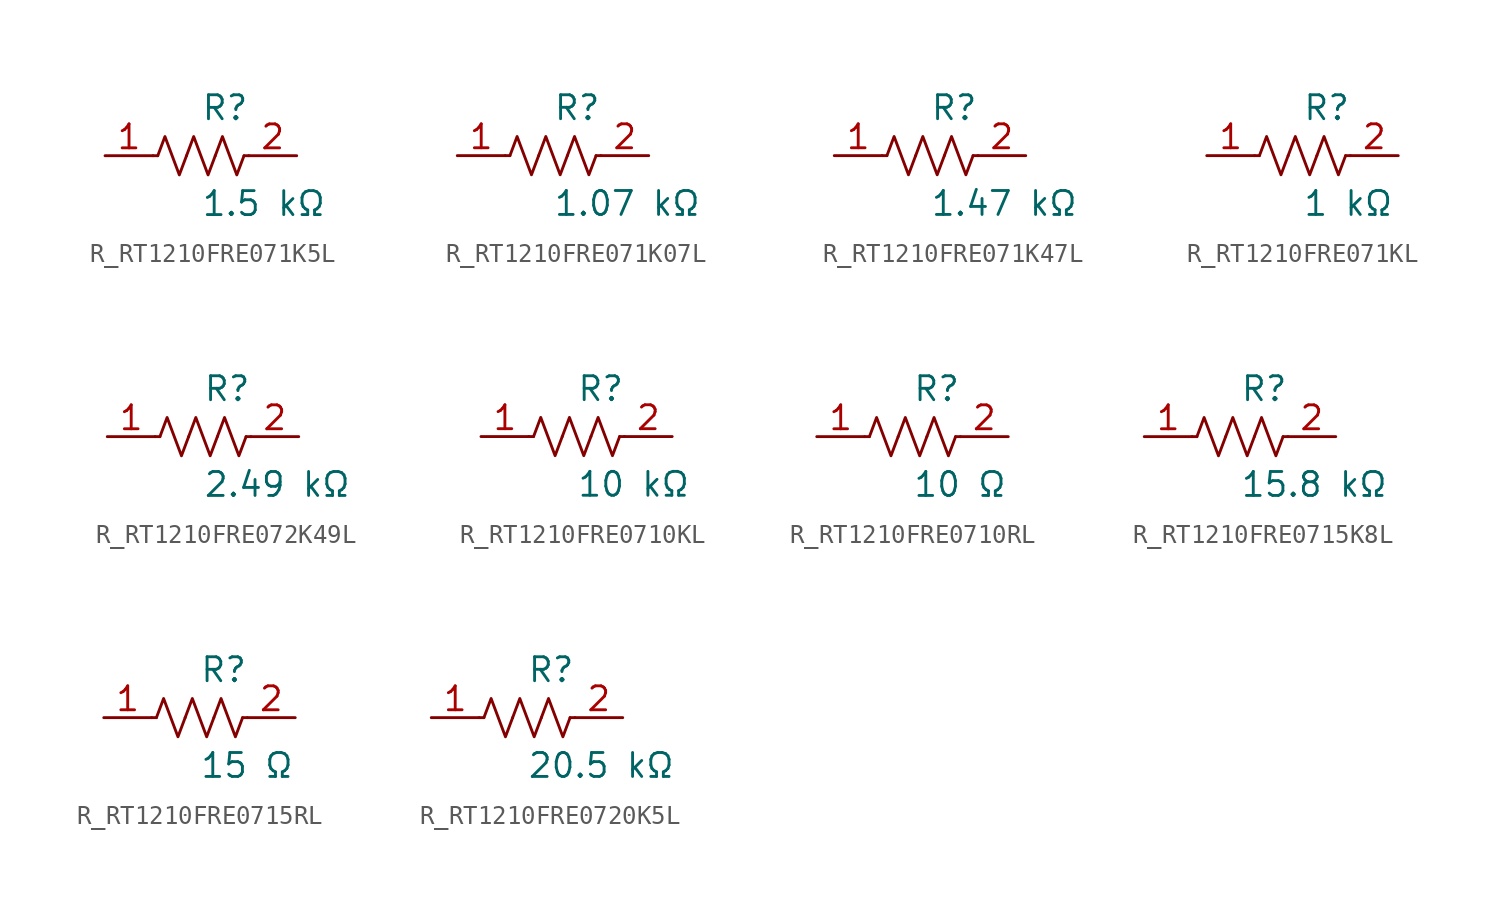
<source format=kicad_sym>
(kicad_symbol_lib
  (version 20231120)
  (generator kicad_symbol_editor)
  (generator_version 8.0)
  (symbol "R_RT1210FRE071K5L"
    (pin_names
      (offset 0.254))
    (property "Reference" "R"
      (at 0 2.54 0)
      (effects (font (size 1.27 1.27)) (justify left)))
    (property "Value" "1.5 kΩ"
      (at 0 -2.54 0)
      (effects (font (size 1.27 1.27)) (justify left)))
    (symbol "R_RT1210FRE071K5L_0_1"
      (polyline (pts (xy 2.286 0) (xy 2.54 0)) (stroke (width 0) (type default)) (fill (type none)))
      (polyline (pts (xy -2.286 0) (xy -2.54 0)) (stroke (width 0) (type default)) (fill (type none)))
      (polyline (pts (xy 0.762 0) (xy 1.143 1.016) (xy 1.524 0) (xy 1.905 -1.016) (xy 2.286 0)) (stroke (width 0) (type default)) (fill (type none)))
      (polyline (pts (xy -0.762 0) (xy -0.381 1.016) (xy 0 0) (xy 0.381 -1.016) (xy 0.762 0)) (stroke (width 0) (type default)) (fill (type none)))
      (polyline (pts (xy -2.286 0) (xy -1.905 1.016) (xy -1.524 0) (xy -1.143 -1.016) (xy -0.762 0)) (stroke (width 0) (type default)) (fill (type none))))
    (pin unspecified line
      (at -5.08 0 0)
      (length 2.54)
      (name "" (effects (font (size 1.27 1.27))))
      (number "1" (effects (font (size 1.27 1.27)))))
    (pin unspecified line
      (at 5.08 0 180)
      (length 2.54)
      (name "" (effects (font (size 1.27 1.27))))
      (number "2" (effects (font (size 1.27 1.27))))))
  (symbol "R_RT1210FRE071K07L"
    (pin_names
      (offset 0.254))
    (property "Reference" "R"
      (at 0 2.54 0)
      (effects (font (size 1.27 1.27)) (justify left)))
    (property "Value" "1.07 kΩ"
      (at 0 -2.54 0)
      (effects (font (size 1.27 1.27)) (justify left)))
    (symbol "R_RT1210FRE071K07L_0_1"
      (polyline (pts (xy 2.286 0) (xy 2.54 0)) (stroke (width 0) (type default)) (fill (type none)))
      (polyline (pts (xy -2.286 0) (xy -2.54 0)) (stroke (width 0) (type default)) (fill (type none)))
      (polyline (pts (xy 0.762 0) (xy 1.143 1.016) (xy 1.524 0) (xy 1.905 -1.016) (xy 2.286 0)) (stroke (width 0) (type default)) (fill (type none)))
      (polyline (pts (xy -0.762 0) (xy -0.381 1.016) (xy 0 0) (xy 0.381 -1.016) (xy 0.762 0)) (stroke (width 0) (type default)) (fill (type none)))
      (polyline (pts (xy -2.286 0) (xy -1.905 1.016) (xy -1.524 0) (xy -1.143 -1.016) (xy -0.762 0)) (stroke (width 0) (type default)) (fill (type none))))
    (pin unspecified line
      (at -5.08 0 0)
      (length 2.54)
      (name "" (effects (font (size 1.27 1.27))))
      (number "1" (effects (font (size 1.27 1.27)))))
    (pin unspecified line
      (at 5.08 0 180)
      (length 2.54)
      (name "" (effects (font (size 1.27 1.27))))
      (number "2" (effects (font (size 1.27 1.27))))))
  (symbol "R_RT1210FRE071K47L"
    (pin_names
      (offset 0.254))
    (property "Reference" "R"
      (at 0 2.54 0)
      (effects (font (size 1.27 1.27)) (justify left)))
    (property "Value" "1.47 kΩ"
      (at 0 -2.54 0)
      (effects (font (size 1.27 1.27)) (justify left)))
    (symbol "R_RT1210FRE071K47L_0_1"
      (polyline (pts (xy 2.286 0) (xy 2.54 0)) (stroke (width 0) (type default)) (fill (type none)))
      (polyline (pts (xy -2.286 0) (xy -2.54 0)) (stroke (width 0) (type default)) (fill (type none)))
      (polyline (pts (xy 0.762 0) (xy 1.143 1.016) (xy 1.524 0) (xy 1.905 -1.016) (xy 2.286 0)) (stroke (width 0) (type default)) (fill (type none)))
      (polyline (pts (xy -0.762 0) (xy -0.381 1.016) (xy 0 0) (xy 0.381 -1.016) (xy 0.762 0)) (stroke (width 0) (type default)) (fill (type none)))
      (polyline (pts (xy -2.286 0) (xy -1.905 1.016) (xy -1.524 0) (xy -1.143 -1.016) (xy -0.762 0)) (stroke (width 0) (type default)) (fill (type none))))
    (pin unspecified line
      (at -5.08 0 0)
      (length 2.54)
      (name "" (effects (font (size 1.27 1.27))))
      (number "1" (effects (font (size 1.27 1.27)))))
    (pin unspecified line
      (at 5.08 0 180)
      (length 2.54)
      (name "" (effects (font (size 1.27 1.27))))
      (number "2" (effects (font (size 1.27 1.27))))))
  (symbol "R_RT1210FRE071KL"
    (pin_names
      (offset 0.254))
    (property "Reference" "R"
      (at 0 2.54 0)
      (effects (font (size 1.27 1.27)) (justify left)))
    (property "Value" "1 kΩ"
      (at 0 -2.54 0)
      (effects (font (size 1.27 1.27)) (justify left)))
    (symbol "R_RT1210FRE071KL_0_1"
      (polyline (pts (xy 2.286 0) (xy 2.54 0)) (stroke (width 0) (type default)) (fill (type none)))
      (polyline (pts (xy -2.286 0) (xy -2.54 0)) (stroke (width 0) (type default)) (fill (type none)))
      (polyline (pts (xy 0.762 0) (xy 1.143 1.016) (xy 1.524 0) (xy 1.905 -1.016) (xy 2.286 0)) (stroke (width 0) (type default)) (fill (type none)))
      (polyline (pts (xy -0.762 0) (xy -0.381 1.016) (xy 0 0) (xy 0.381 -1.016) (xy 0.762 0)) (stroke (width 0) (type default)) (fill (type none)))
      (polyline (pts (xy -2.286 0) (xy -1.905 1.016) (xy -1.524 0) (xy -1.143 -1.016) (xy -0.762 0)) (stroke (width 0) (type default)) (fill (type none))))
    (pin unspecified line
      (at -5.08 0 0)
      (length 2.54)
      (name "" (effects (font (size 1.27 1.27))))
      (number "1" (effects (font (size 1.27 1.27)))))
    (pin unspecified line
      (at 5.08 0 180)
      (length 2.54)
      (name "" (effects (font (size 1.27 1.27))))
      (number "2" (effects (font (size 1.27 1.27))))))
  (symbol "R_RT1210FRE072K49L"
    (pin_names
      (offset 0.254))
    (property "Reference" "R"
      (at 0 2.54 0)
      (effects (font (size 1.27 1.27)) (justify left)))
    (property "Value" "2.49 kΩ"
      (at 0 -2.54 0)
      (effects (font (size 1.27 1.27)) (justify left)))
    (symbol "R_RT1210FRE072K49L_0_1"
      (polyline (pts (xy 2.286 0) (xy 2.54 0)) (stroke (width 0) (type default)) (fill (type none)))
      (polyline (pts (xy -2.286 0) (xy -2.54 0)) (stroke (width 0) (type default)) (fill (type none)))
      (polyline (pts (xy 0.762 0) (xy 1.143 1.016) (xy 1.524 0) (xy 1.905 -1.016) (xy 2.286 0)) (stroke (width 0) (type default)) (fill (type none)))
      (polyline (pts (xy -0.762 0) (xy -0.381 1.016) (xy 0 0) (xy 0.381 -1.016) (xy 0.762 0)) (stroke (width 0) (type default)) (fill (type none)))
      (polyline (pts (xy -2.286 0) (xy -1.905 1.016) (xy -1.524 0) (xy -1.143 -1.016) (xy -0.762 0)) (stroke (width 0) (type default)) (fill (type none))))
    (pin unspecified line
      (at -5.08 0 0)
      (length 2.54)
      (name "" (effects (font (size 1.27 1.27))))
      (number "1" (effects (font (size 1.27 1.27)))))
    (pin unspecified line
      (at 5.08 0 180)
      (length 2.54)
      (name "" (effects (font (size 1.27 1.27))))
      (number "2" (effects (font (size 1.27 1.27))))))
  (symbol "R_RT1210FRE0710KL"
    (pin_names
      (offset 0.254))
    (property "Reference" "R"
      (at 0 2.54 0)
      (effects (font (size 1.27 1.27)) (justify left)))
    (property "Value" "10 kΩ"
      (at 0 -2.54 0)
      (effects (font (size 1.27 1.27)) (justify left)))
    (symbol "R_RT1210FRE0710KL_0_1"
      (polyline (pts (xy 2.286 0) (xy 2.54 0)) (stroke (width 0) (type default)) (fill (type none)))
      (polyline (pts (xy -2.286 0) (xy -2.54 0)) (stroke (width 0) (type default)) (fill (type none)))
      (polyline (pts (xy 0.762 0) (xy 1.143 1.016) (xy 1.524 0) (xy 1.905 -1.016) (xy 2.286 0)) (stroke (width 0) (type default)) (fill (type none)))
      (polyline (pts (xy -0.762 0) (xy -0.381 1.016) (xy 0 0) (xy 0.381 -1.016) (xy 0.762 0)) (stroke (width 0) (type default)) (fill (type none)))
      (polyline (pts (xy -2.286 0) (xy -1.905 1.016) (xy -1.524 0) (xy -1.143 -1.016) (xy -0.762 0)) (stroke (width 0) (type default)) (fill (type none))))
    (pin unspecified line
      (at -5.08 0 0)
      (length 2.54)
      (name "" (effects (font (size 1.27 1.27))))
      (number "1" (effects (font (size 1.27 1.27)))))
    (pin unspecified line
      (at 5.08 0 180)
      (length 2.54)
      (name "" (effects (font (size 1.27 1.27))))
      (number "2" (effects (font (size 1.27 1.27))))))
  (symbol "R_RT1210FRE0710RL"
    (pin_names
      (offset 0.254))
    (property "Reference" "R"
      (at 0 2.54 0)
      (effects (font (size 1.27 1.27)) (justify left)))
    (property "Value" "10 Ω"
      (at 0 -2.54 0)
      (effects (font (size 1.27 1.27)) (justify left)))
    (symbol "R_RT1210FRE0710RL_0_1"
      (polyline (pts (xy 2.286 0) (xy 2.54 0)) (stroke (width 0) (type default)) (fill (type none)))
      (polyline (pts (xy -2.286 0) (xy -2.54 0)) (stroke (width 0) (type default)) (fill (type none)))
      (polyline (pts (xy 0.762 0) (xy 1.143 1.016) (xy 1.524 0) (xy 1.905 -1.016) (xy 2.286 0)) (stroke (width 0) (type default)) (fill (type none)))
      (polyline (pts (xy -0.762 0) (xy -0.381 1.016) (xy 0 0) (xy 0.381 -1.016) (xy 0.762 0)) (stroke (width 0) (type default)) (fill (type none)))
      (polyline (pts (xy -2.286 0) (xy -1.905 1.016) (xy -1.524 0) (xy -1.143 -1.016) (xy -0.762 0)) (stroke (width 0) (type default)) (fill (type none))))
    (pin unspecified line
      (at -5.08 0 0)
      (length 2.54)
      (name "" (effects (font (size 1.27 1.27))))
      (number "1" (effects (font (size 1.27 1.27)))))
    (pin unspecified line
      (at 5.08 0 180)
      (length 2.54)
      (name "" (effects (font (size 1.27 1.27))))
      (number "2" (effects (font (size 1.27 1.27))))))
  (symbol "R_RT1210FRE0715K8L"
    (pin_names
      (offset 0.254))
    (property "Reference" "R"
      (at 0 2.54 0)
      (effects (font (size 1.27 1.27)) (justify left)))
    (property "Value" "15.8 kΩ"
      (at 0 -2.54 0)
      (effects (font (size 1.27 1.27)) (justify left)))
    (symbol "R_RT1210FRE0715K8L_0_1"
      (polyline (pts (xy 2.286 0) (xy 2.54 0)) (stroke (width 0) (type default)) (fill (type none)))
      (polyline (pts (xy -2.286 0) (xy -2.54 0)) (stroke (width 0) (type default)) (fill (type none)))
      (polyline (pts (xy 0.762 0) (xy 1.143 1.016) (xy 1.524 0) (xy 1.905 -1.016) (xy 2.286 0)) (stroke (width 0) (type default)) (fill (type none)))
      (polyline (pts (xy -0.762 0) (xy -0.381 1.016) (xy 0 0) (xy 0.381 -1.016) (xy 0.762 0)) (stroke (width 0) (type default)) (fill (type none)))
      (polyline (pts (xy -2.286 0) (xy -1.905 1.016) (xy -1.524 0) (xy -1.143 -1.016) (xy -0.762 0)) (stroke (width 0) (type default)) (fill (type none))))
    (pin unspecified line
      (at -5.08 0 0)
      (length 2.54)
      (name "" (effects (font (size 1.27 1.27))))
      (number "1" (effects (font (size 1.27 1.27)))))
    (pin unspecified line
      (at 5.08 0 180)
      (length 2.54)
      (name "" (effects (font (size 1.27 1.27))))
      (number "2" (effects (font (size 1.27 1.27))))))
  (symbol "R_RT1210FRE0715RL"
    (pin_names
      (offset 0.254))
    (property "Reference" "R"
      (at 0 2.54 0)
      (effects (font (size 1.27 1.27)) (justify left)))
    (property "Value" "15 Ω"
      (at 0 -2.54 0)
      (effects (font (size 1.27 1.27)) (justify left)))
    (symbol "R_RT1210FRE0715RL_0_1"
      (polyline (pts (xy 2.286 0) (xy 2.54 0)) (stroke (width 0) (type default)) (fill (type none)))
      (polyline (pts (xy -2.286 0) (xy -2.54 0)) (stroke (width 0) (type default)) (fill (type none)))
      (polyline (pts (xy 0.762 0) (xy 1.143 1.016) (xy 1.524 0) (xy 1.905 -1.016) (xy 2.286 0)) (stroke (width 0) (type default)) (fill (type none)))
      (polyline (pts (xy -0.762 0) (xy -0.381 1.016) (xy 0 0) (xy 0.381 -1.016) (xy 0.762 0)) (stroke (width 0) (type default)) (fill (type none)))
      (polyline (pts (xy -2.286 0) (xy -1.905 1.016) (xy -1.524 0) (xy -1.143 -1.016) (xy -0.762 0)) (stroke (width 0) (type default)) (fill (type none))))
    (pin unspecified line
      (at -5.08 0 0)
      (length 2.54)
      (name "" (effects (font (size 1.27 1.27))))
      (number "1" (effects (font (size 1.27 1.27)))))
    (pin unspecified line
      (at 5.08 0 180)
      (length 2.54)
      (name "" (effects (font (size 1.27 1.27))))
      (number "2" (effects (font (size 1.27 1.27))))))
  (symbol "R_RT1210FRE0720K5L"
    (pin_names
      (offset 0.254))
    (property "Reference" "R"
      (at 0 2.54 0)
      (effects (font (size 1.27 1.27)) (justify left)))
    (property "Value" "20.5 kΩ"
      (at 0 -2.54 0)
      (effects (font (size 1.27 1.27)) (justify left)))
    (symbol "R_RT1210FRE0720K5L_0_1"
      (polyline (pts (xy 2.286 0) (xy 2.54 0)) (stroke (width 0) (type default)) (fill (type none)))
      (polyline (pts (xy -2.286 0) (xy -2.54 0)) (stroke (width 0) (type default)) (fill (type none)))
      (polyline (pts (xy 0.762 0) (xy 1.143 1.016) (xy 1.524 0) (xy 1.905 -1.016) (xy 2.286 0)) (stroke (width 0) (type default)) (fill (type none)))
      (polyline (pts (xy -0.762 0) (xy -0.381 1.016) (xy 0 0) (xy 0.381 -1.016) (xy 0.762 0)) (stroke (width 0) (type default)) (fill (type none)))
      (polyline (pts (xy -2.286 0) (xy -1.905 1.016) (xy -1.524 0) (xy -1.143 -1.016) (xy -0.762 0)) (stroke (width 0) (type default)) (fill (type none))))
    (pin unspecified line
      (at -5.08 0 0)
      (length 2.54)
      (name "" (effects (font (size 1.27 1.27))))
      (number "1" (effects (font (size 1.27 1.27)))))
    (pin unspecified line
      (at 5.08 0 180)
      (length 2.54)
      (name "" (effects (font (size 1.27 1.27))))
      (number "2" (effects (font (size 1.27 1.27)))))))
</source>
